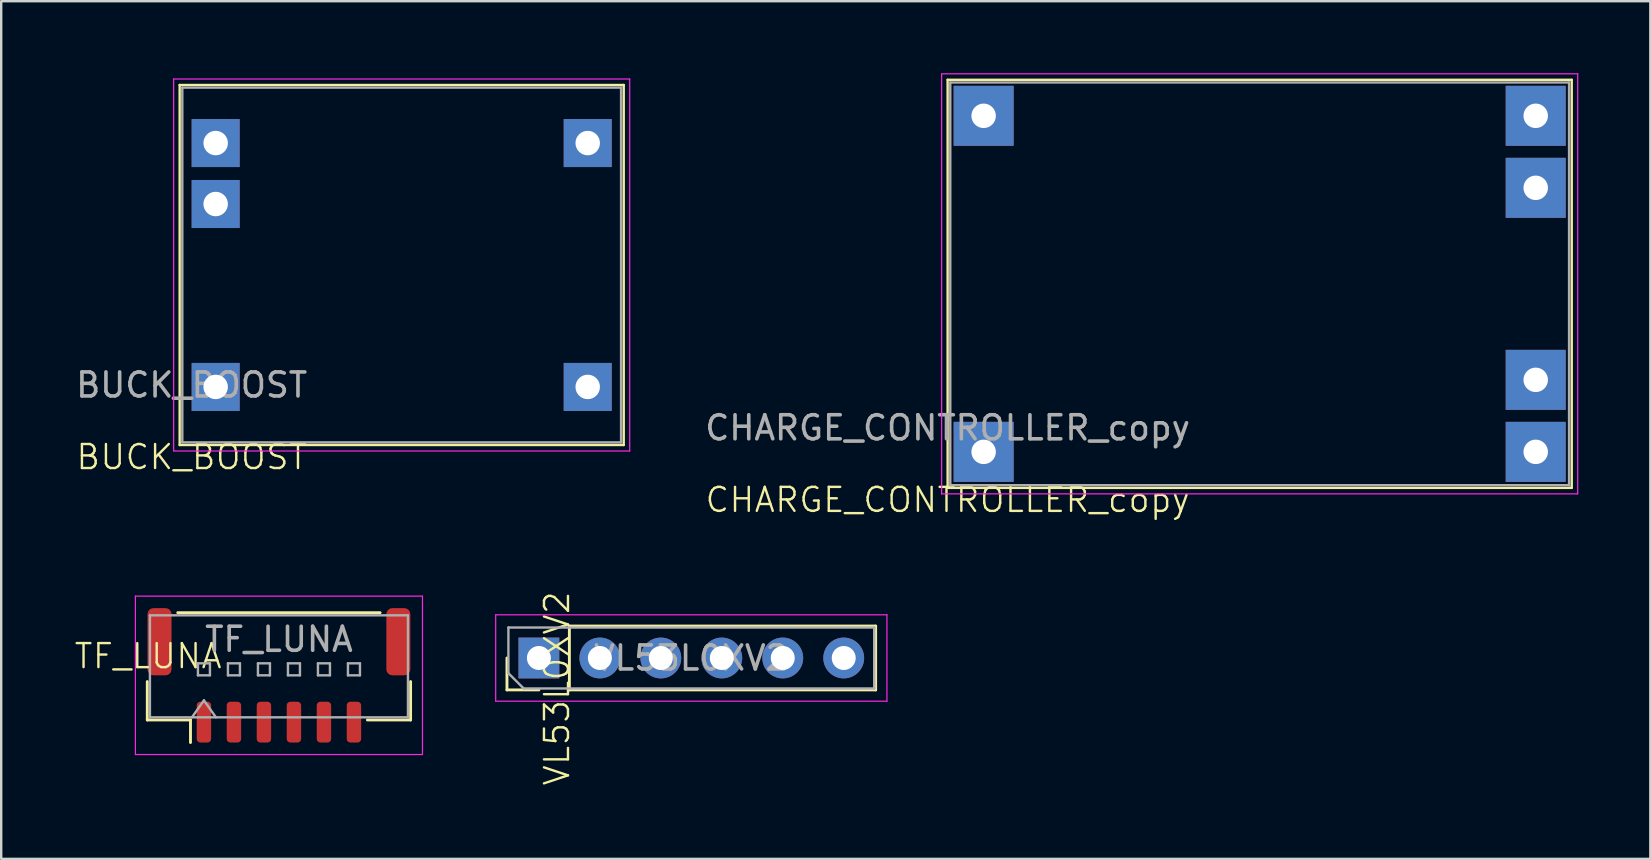
<source format=kicad_pcb>
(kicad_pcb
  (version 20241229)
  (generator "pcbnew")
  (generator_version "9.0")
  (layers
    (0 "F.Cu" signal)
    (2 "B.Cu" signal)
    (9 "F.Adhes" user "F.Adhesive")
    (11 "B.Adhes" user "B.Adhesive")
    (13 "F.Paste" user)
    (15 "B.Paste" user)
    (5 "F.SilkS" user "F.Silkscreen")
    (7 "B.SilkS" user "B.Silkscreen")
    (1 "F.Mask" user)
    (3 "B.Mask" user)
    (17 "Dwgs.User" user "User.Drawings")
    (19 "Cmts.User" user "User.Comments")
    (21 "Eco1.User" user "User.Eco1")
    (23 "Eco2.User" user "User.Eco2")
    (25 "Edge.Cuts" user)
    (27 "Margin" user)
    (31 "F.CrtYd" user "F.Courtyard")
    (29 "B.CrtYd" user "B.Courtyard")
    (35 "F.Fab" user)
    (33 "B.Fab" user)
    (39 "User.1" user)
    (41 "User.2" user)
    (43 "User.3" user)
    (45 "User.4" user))
  (footprint "VL53L0XV2"
    (layer "F.Cu")
    (at 18.131 23.093)
    (property "Reference" "VL53L0XV2" (at 2.024 2.54 90) (unlocked yes) (layer "F.SilkS") (effects (font (size 1 1) (thickness 0.1))))
    (attr through_hole)
    (fp_line (start -0.06 2.6) (end -0.06 1.27) (stroke (width 0.12) (type solid)) (layer "F.SilkS"))
    (fp_line (start 1.27 2.6) (end -0.06 2.6) (stroke (width 0.12) (type solid)) (layer "F.SilkS"))
    (fp_line (start 2.54 -0.06) (end 15.3 -0.06) (stroke (width 0.12) (type solid)) (layer "F.SilkS"))
    (fp_line (start 2.54 2.6) (end 2.54 -0.06) (stroke (width 0.12) (type solid)) (layer "F.SilkS"))
    (fp_line (start 2.54 2.6) (end 15.3 2.6) (stroke (width 0.12) (type solid)) (layer "F.SilkS"))
    (fp_line (start 15.3 2.6) (end 15.3 -0.06) (stroke (width 0.12) (type solid)) (layer "F.SilkS"))
    (fp_line (start -0.53 -0.53) (end -0.53 3.07) (stroke (width 0.05) (type solid)) (layer "F.CrtYd"))
    (fp_line (start -0.53 3.07) (end 15.77 3.07) (stroke (width 0.05) (type solid)) (layer "F.CrtYd"))
    (fp_line (start 15.77 -0.53) (end -0.53 -0.53) (stroke (width 0.05) (type solid)) (layer "F.CrtYd"))
    (fp_line (start 15.77 3.07) (end 15.77 -0.53) (stroke (width 0.05) (type solid)) (layer "F.CrtYd"))
    (fp_line (start 0 0) (end 15.24 0) (stroke (width 0.1) (type solid)) (layer "F.Fab"))
    (fp_line (start 0 1.905) (end 0 0) (stroke (width 0.1) (type solid)) (layer "F.Fab"))
    (fp_line (start 0.635 2.54) (end 0 1.905) (stroke (width 0.1) (type solid)) (layer "F.Fab"))
    (fp_line (start 15.24 0) (end 15.24 2.54) (stroke (width 0.1) (type solid)) (layer "F.Fab"))
    (fp_line (start 15.24 2.54) (end 0.635 2.54) (stroke (width 0.1) (type solid)) (layer "F.Fab"))
    (fp_text user "${REFERENCE}" (at 7.62 1.27 180) (layer "F.Fab") (effects (font (size 1 1) (thickness 0.15))))
    (pad "1" thru_hole rect (at 1.27 1.27 90) (size 1.7 1.7) (drill 1) (layers "*.Cu" "*.Mask"))
    (pad "2" thru_hole oval (at 3.81 1.27 90) (size 1.7 1.7) (drill 1) (layers "*.Cu" "*.Mask"))
    (pad "3" thru_hole oval (at 6.35 1.27 90) (size 1.7 1.7) (drill 1) (layers "*.Cu" "*.Mask"))
    (pad "4" thru_hole oval (at 8.89 1.27 90) (size 1.7 1.7) (drill 1) (layers "*.Cu" "*.Mask"))
    (pad "5" thru_hole oval (at 11.43 1.27 90) (size 1.7 1.7) (drill 1) (layers "*.Cu" "*.Mask"))
    (pad "6" thru_hole oval (at 13.97 1.27 90) (size 1.7 1.7) (drill 1) (layers "*.Cu" "*.Mask")))
  (footprint "CHARGE_CONTROLLER_copy"
    (layer "F.Cu")
    (at 36.43 2.035)
    (property "Reference" "CHARGE_CONTROLLER_copy" (at 0 15.74 0) (unlocked yes) (layer "F.SilkS") (effects (font (size 1 1) (thickness 0.1))))
    (attr through_hole)
    (fp_line (start 0 -1.76) (end 26 -1.76) (stroke (width 0.1) (type default)) (layer "F.SilkS"))
    (fp_line (start 0 15.24) (end 0 -1.76) (stroke (width 0.1) (type default)) (layer "F.SilkS"))
    (fp_line (start 26 -1.76) (end 26 15.24) (stroke (width 0.1) (type default)) (layer "F.SilkS"))
    (fp_line (start 26 15.24) (end 0 15.24) (stroke (width 0.1) (type default)) (layer "F.SilkS"))
    (fp_line (start -0.25 -2.01) (end 26.25 -2.01) (stroke (width 0.05) (type default)) (layer "F.CrtYd"))
    (fp_line (start -0.25 15.49) (end -0.25 -2.01) (stroke (width 0.05) (type default)) (layer "F.CrtYd"))
    (fp_line (start 26.25 -2.01) (end 26.25 15.49) (stroke (width 0.05) (type default)) (layer "F.CrtYd"))
    (fp_line (start 26.25 15.49) (end -0.25 15.49) (stroke (width 0.05) (type default)) (layer "F.CrtYd"))
    (fp_line (start 0.11 15.13) (end 0.11 -1.65) (stroke (width 0.1) (type default)) (layer "F.Fab"))
    (fp_line (start 0.11 15.13) (end 25.89 15.13) (stroke (width 0.1) (type default)) (layer "F.Fab"))
    (fp_line (start 25.89 -1.65) (end 0.11 -1.65) (stroke (width 0.1) (type default)) (layer "F.Fab"))
    (fp_line (start 25.89 15.13) (end 25.89 -1.65) (stroke (width 0.1) (type default)) (layer "F.Fab"))
    (fp_text user "${REFERENCE}" (at 0 12.74 0) (unlocked yes) (layer "F.Fab") (effects (font (size 1 1) (thickness 0.15))))
    (pad "1" thru_hole rect (at 24.5 -0.26) (size 2.5 2.5) (drill 1.02) (layers "*.Cu" "*.Mask"))
    (pad "2" thru_hole rect (at 24.5 2.74) (size 2.5 2.5) (drill 1.02) (layers "*.Cu" "*.Mask"))
    (pad "3" thru_hole rect (at 24.5 10.74) (size 2.5 2.5) (drill 1.02) (layers "*.Cu" "*.Mask"))
    (pad "4" thru_hole rect (at 24.5 13.74) (size 2.5 2.5) (drill 1.02) (layers "*.Cu" "*.Mask"))
    (pad "5" thru_hole rect (at 1.5 -0.26) (size 2.5 2.5) (drill 1.02) (layers "*.Cu" "*.Mask"))
    (pad "6" thru_hole rect (at 1.5 13.74) (size 2.5 2.5) (drill 1.02) (layers "*.Cu" "*.Mask")))
  (footprint "TF_LUNA"
    (layer "F.Cu")
    (at 3.121 21.785)
    (property "Reference" "TF_LUNA" (at 0 2.5 0) (unlocked yes) (layer "F.SilkS") (effects (font (size 1 1) (thickness 0.1))))
    (attr through_hole)
    (fp_line (start -0.035 3.56) (end -0.035 5.16) (stroke (width 0.12) (type solid)) (layer "F.SilkS"))
    (fp_line (start -0.035 5.16) (end 1.765 5.16) (stroke (width 0.12) (type solid)) (layer "F.SilkS"))
    (fp_line (start 1.235 0.69) (end 9.665 0.69) (stroke (width 0.12) (type solid)) (layer "F.SilkS"))
    (fp_line (start 1.765 5.16) (end 1.765 6.1) (stroke (width 0.12) (type solid)) (layer "F.SilkS"))
    (fp_line (start 10.935 3.56) (end 10.935 5.16) (stroke (width 0.12) (type solid)) (layer "F.SilkS"))
    (fp_line (start 10.935 5.16) (end 9.135 5.16) (stroke (width 0.12) (type solid)) (layer "F.SilkS"))
    (fp_line (start -0.53 0) (end -0.53 6.6) (stroke (width 0.05) (type solid)) (layer "F.CrtYd"))
    (fp_line (start -0.53 6.6) (end 11.43 6.6) (stroke (width 0.05) (type solid)) (layer "F.CrtYd"))
    (fp_line (start 11.43 0) (end -0.53 0) (stroke (width 0.05) (type solid)) (layer "F.CrtYd"))
    (fp_line (start 11.43 6.6) (end 11.43 0) (stroke (width 0.05) (type solid)) (layer "F.CrtYd"))
    (fp_line (start 0.075 0.8) (end 10.825 0.8) (stroke (width 0.1) (type solid)) (layer "F.Fab"))
    (fp_line (start 0.075 5.05) (end 0.075 0.8) (stroke (width 0.1) (type solid)) (layer "F.Fab"))
    (fp_line (start 0.075 5.05) (end 10.825 5.05) (stroke (width 0.1) (type solid)) (layer "F.Fab"))
    (fp_line (start 1.825 5.05) (end 2.325 4.343) (stroke (width 0.1) (type solid)) (layer "F.Fab"))
    (fp_line (start 2.075 2.8) (end 2.075 3.3) (stroke (width 0.1) (type solid)) (layer "F.Fab"))
    (fp_line (start 2.075 3.3) (end 2.575 3.3) (stroke (width 0.1) (type solid)) (layer "F.Fab"))
    (fp_line (start 2.325 4.343) (end 2.825 5.05) (stroke (width 0.1) (type solid)) (layer "F.Fab"))
    (fp_line (start 2.575 2.8) (end 2.075 2.8) (stroke (width 0.1) (type solid)) (layer "F.Fab"))
    (fp_line (start 2.575 3.3) (end 2.575 2.8) (stroke (width 0.1) (type solid)) (layer "F.Fab"))
    (fp_line (start 3.325 2.8) (end 3.325 3.3) (stroke (width 0.1) (type solid)) (layer "F.Fab"))
    (fp_line (start 3.325 3.3) (end 3.825 3.3) (stroke (width 0.1) (type solid)) (layer "F.Fab"))
    (fp_line (start 3.825 2.8) (end 3.325 2.8) (stroke (width 0.1) (type solid)) (layer "F.Fab"))
    (fp_line (start 3.825 3.3) (end 3.825 2.8) (stroke (width 0.1) (type solid)) (layer "F.Fab"))
    (fp_line (start 4.575 2.8) (end 4.575 3.3) (stroke (width 0.1) (type solid)) (layer "F.Fab"))
    (fp_line (start 4.575 3.3) (end 5.075 3.3) (stroke (width 0.1) (type solid)) (layer "F.Fab"))
    (fp_line (start 5.075 2.8) (end 4.575 2.8) (stroke (width 0.1) (type solid)) (layer "F.Fab"))
    (fp_line (start 5.075 3.3) (end 5.075 2.8) (stroke (width 0.1) (type solid)) (layer "F.Fab"))
    (fp_line (start 5.825 2.8) (end 5.825 3.3) (stroke (width 0.1) (type solid)) (layer "F.Fab"))
    (fp_line (start 5.825 3.3) (end 6.325 3.3) (stroke (width 0.1) (type solid)) (layer "F.Fab"))
    (fp_line (start 6.325 2.8) (end 5.825 2.8) (stroke (width 0.1) (type solid)) (layer "F.Fab"))
    (fp_line (start 6.325 3.3) (end 6.325 2.8) (stroke (width 0.1) (type solid)) (layer "F.Fab"))
    (fp_line (start 7.075 2.8) (end 7.075 3.3) (stroke (width 0.1) (type solid)) (layer "F.Fab"))
    (fp_line (start 7.075 3.3) (end 7.575 3.3) (stroke (width 0.1) (type solid)) (layer "F.Fab"))
    (fp_line (start 7.575 2.8) (end 7.075 2.8) (stroke (width 0.1) (type solid)) (layer "F.Fab"))
    (fp_line (start 7.575 3.3) (end 7.575 2.8) (stroke (width 0.1) (type solid)) (layer "F.Fab"))
    (fp_line (start 8.325 2.8) (end 8.325 3.3) (stroke (width 0.1) (type solid)) (layer "F.Fab"))
    (fp_line (start 8.325 3.3) (end 8.825 3.3) (stroke (width 0.1) (type solid)) (layer "F.Fab"))
    (fp_line (start 8.825 2.8) (end 8.325 2.8) (stroke (width 0.1) (type solid)) (layer "F.Fab"))
    (fp_line (start 8.825 3.3) (end 8.825 2.8) (stroke (width 0.1) (type solid)) (layer "F.Fab"))
    (fp_line (start 10.825 5.05) (end 10.825 0.8) (stroke (width 0.1) (type solid)) (layer "F.Fab"))
    (fp_text user "${REFERENCE}" (at 5.45 1.8 0) (layer "F.Fab") (effects (font (size 1 1) (thickness 0.15))))
    (pad "1" smd roundrect (at 2.325 5.25) (size 0.6 1.7) (layers "F.Cu" "F.Mask" "F.Paste") (roundrect_rratio 0.25))
    (pad "2" smd roundrect (at 3.575 5.25) (size 0.6 1.7) (layers "F.Cu" "F.Mask" "F.Paste") (roundrect_rratio 0.25))
    (pad "3" smd roundrect (at 4.825 5.25) (size 0.6 1.7) (layers "F.Cu" "F.Mask" "F.Paste") (roundrect_rratio 0.25))
    (pad "4" smd roundrect (at 6.075 5.25) (size 0.6 1.7) (layers "F.Cu" "F.Mask" "F.Paste") (roundrect_rratio 0.25))
    (pad "5" smd roundrect (at 7.325 5.25) (size 0.6 1.7) (layers "F.Cu" "F.Mask" "F.Paste") (roundrect_rratio 0.25))
    (pad "6" smd roundrect (at 8.575 5.25) (size 0.6 1.7) (layers "F.Cu" "F.Mask" "F.Paste") (roundrect_rratio 0.25))
    (pad "MP" smd roundrect (at 0.475 1.9) (size 1 2.8) (layers "F.Cu" "F.Mask" "F.Paste") (roundrect_rratio 0.25))
    (pad "MP" smd roundrect (at 10.425 1.9) (size 1 2.8) (layers "F.Cu" "F.Mask" "F.Paste") (roundrect_rratio 0.25)))
  (footprint "BUCK_BOOST"
    (layer "F.Cu")
    (at 4.935 0.25)
    (property "Reference" "BUCK_BOOST" (at 0 15.74 0) (unlocked yes) (layer "F.SilkS") (effects (font (size 1 1) (thickness 0.1))))
    (attr through_hole)
    (fp_line (start -0.5 0.24) (end -0.5 15.24) (stroke (width 0.1) (type default)) (layer "F.SilkS"))
    (fp_line (start 18 0.24) (end -0.5 0.24) (stroke (width 0.1) (type default)) (layer "F.SilkS"))
    (fp_line (start 18 15.24) (end -0.5 15.24) (stroke (width 0.1) (type default)) (layer "F.SilkS"))
    (fp_line (start 18 15.24) (end 18 0.24) (stroke (width 0.1) (type default)) (layer "F.SilkS"))
    (fp_line (start -0.75 -0.01) (end -0.75 15.49) (stroke (width 0.05) (type default)) (layer "F.CrtYd"))
    (fp_line (start -0.75 -0.01) (end 18.25 -0.01) (stroke (width 0.05) (type default)) (layer "F.CrtYd"))
    (fp_line (start 18.25 15.49) (end -0.75 15.49) (stroke (width 0.05) (type default)) (layer "F.CrtYd"))
    (fp_line (start 18.25 15.49) (end 18.25 -0.01) (stroke (width 0.05) (type default)) (layer "F.CrtYd"))
    (fp_line (start -0.39 0.35) (end 17.89 0.35) (stroke (width 0.1) (type default)) (layer "F.Fab"))
    (fp_line (start -0.39 15.13) (end -0.39 0.35) (stroke (width 0.1) (type default)) (layer "F.Fab"))
    (fp_line (start 17.89 0.35) (end 17.89 15.13) (stroke (width 0.1) (type default)) (layer "F.Fab"))
    (fp_line (start 17.89 15.13) (end -0.39 15.13) (stroke (width 0.1) (type default)) (layer "F.Fab"))
    (fp_text user "${REFERENCE}" (at 0 12.74 0) (unlocked yes) (layer "F.Fab") (effects (font (size 1 1) (thickness 0.15))))
    (pad "1" thru_hole rect (at 1 2.66) (size 2 2) (drill 1.02) (layers "*.Cu" "*.Mask"))
    (pad "2" thru_hole rect (at 1 5.2) (size 2 2) (drill 1.02) (layers "*.Cu" "*.Mask"))
    (pad "3" thru_hole rect (at 1 12.82) (size 2 2) (drill 1.02) (layers "*.Cu" "*.Mask"))
    (pad "4" thru_hole rect (at 16.5 2.66) (size 2 2) (drill 1.02) (layers "*.Cu" "*.Mask"))
    (pad "5" thru_hole rect (at 16.5 12.82) (size 2 2) (drill 1.02) (layers "*.Cu" "*.Mask")))
  (gr_rect
    (start -3 -3)
    (end 65.705 32.731)
    (stroke (width 0.1) (type default))
    (fill no)
    (layer "Edge.Cuts")))
</source>
